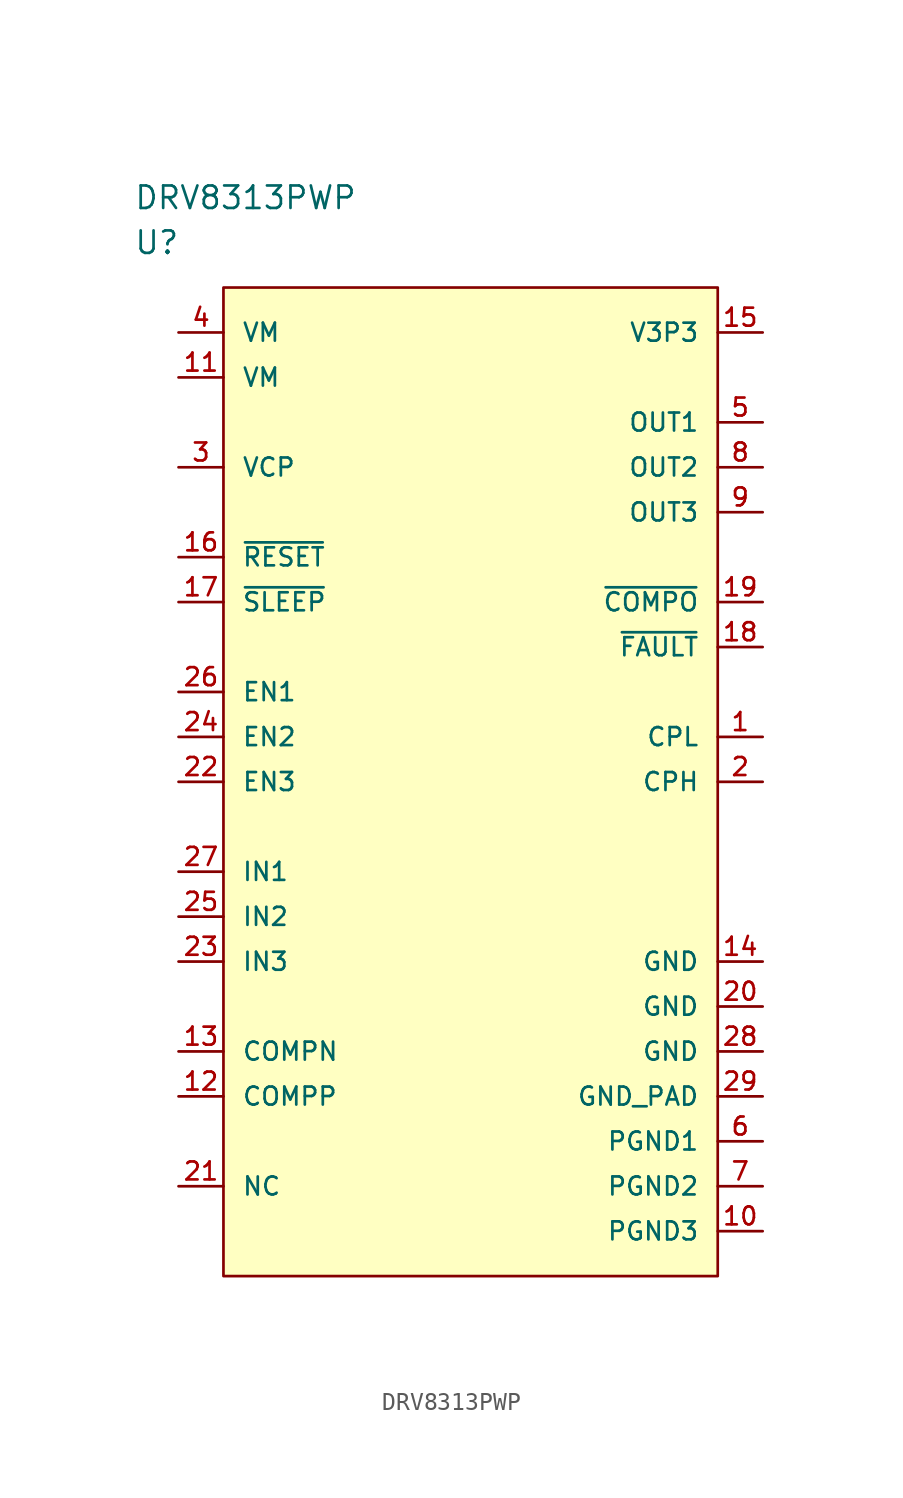
<source format=kicad_sym>
(kicad_symbol_lib
  (version 20220914)
  (generator kicad_symbol_editor)
  (symbol "DRV8313PWP"
    (pin_names
      (offset 1.016))
    (property "Reference" "U"
      (at 0 5.08 0)
      (effects (font (size 1.27 1.27)) (justify left)))
    (property "Value" "DRV8313PWP"
      (at 0 7.62 0)
      (effects (font (size 1.27 1.27)) (justify left)))
    (property "ki_locked" ""
      (at 0 0 0)
      (effects (font (size 1.27 1.27))))
    (symbol "DRV8313PWP_1_1"
      (rectangle (start 5.08 2.54) (end 33.02 -53.34) (stroke (width 0) (type solid)) (fill (type background)))
      (pin unspecified line (at 35.56 -22.86 180) (length 2.54) (name "CPL" (effects (font (size 1.016 1.016)))) (number "1" (effects (font (size 1.016 1.016)))))
      (pin unspecified line (at 35.56 -50.8 180) (length 2.54) (name "PGND3" (effects (font (size 1.016 1.016)))) (number "10" (effects (font (size 1.016 1.016)))))
      (pin unspecified line (at 2.54 -2.54 0) (length 2.54) (name "VM" (effects (font (size 1.016 1.016)))) (number "11" (effects (font (size 1.016 1.016)))))
      (pin unspecified line (at 2.54 -43.18 0) (length 2.54) (name "COMPP" (effects (font (size 1.016 1.016)))) (number "12" (effects (font (size 1.016 1.016)))))
      (pin unspecified line (at 2.54 -40.64 0) (length 2.54) (name "COMPN" (effects (font (size 1.016 1.016)))) (number "13" (effects (font (size 1.016 1.016)))))
      (pin unspecified line (at 35.56 -35.56 180) (length 2.54) (name "GND" (effects (font (size 1.016 1.016)))) (number "14" (effects (font (size 1.016 1.016)))))
      (pin unspecified line (at 35.56 0 180) (length 2.54) (name "V3P3" (effects (font (size 1.016 1.016)))) (number "15" (effects (font (size 1.016 1.016)))))
      (pin unspecified line (at 2.54 -12.7 0) (length 2.54) (name "~{RESET}" (effects (font (size 1.016 1.016)))) (number "16" (effects (font (size 1.016 1.016)))))
      (pin unspecified line (at 2.54 -15.24 0) (length 2.54) (name "~{SLEEP}" (effects (font (size 1.016 1.016)))) (number "17" (effects (font (size 1.016 1.016)))))
      (pin unspecified line (at 35.56 -17.78 180) (length 2.54) (name "~{FAULT}" (effects (font (size 1.016 1.016)))) (number "18" (effects (font (size 1.016 1.016)))))
      (pin unspecified line (at 35.56 -15.24 180) (length 2.54) (name "~{COMPO}" (effects (font (size 1.016 1.016)))) (number "19" (effects (font (size 1.016 1.016)))))
      (pin unspecified line (at 35.56 -25.4 180) (length 2.54) (name "CPH" (effects (font (size 1.016 1.016)))) (number "2" (effects (font (size 1.016 1.016)))))
      (pin unspecified line (at 35.56 -38.1 180) (length 2.54) (name "GND" (effects (font (size 1.016 1.016)))) (number "20" (effects (font (size 1.016 1.016)))))
      (pin unspecified line (at 2.54 -48.26 0) (length 2.54) (name "NC" (effects (font (size 1.016 1.016)))) (number "21" (effects (font (size 1.016 1.016)))))
      (pin unspecified line (at 2.54 -25.4 0) (length 2.54) (name "EN3" (effects (font (size 1.016 1.016)))) (number "22" (effects (font (size 1.016 1.016)))))
      (pin unspecified line (at 2.54 -35.56 0) (length 2.54) (name "IN3" (effects (font (size 1.016 1.016)))) (number "23" (effects (font (size 1.016 1.016)))))
      (pin unspecified line (at 2.54 -22.86 0) (length 2.54) (name "EN2" (effects (font (size 1.016 1.016)))) (number "24" (effects (font (size 1.016 1.016)))))
      (pin unspecified line (at 2.54 -33.02 0) (length 2.54) (name "IN2" (effects (font (size 1.016 1.016)))) (number "25" (effects (font (size 1.016 1.016)))))
      (pin unspecified line (at 2.54 -20.32 0) (length 2.54) (name "EN1" (effects (font (size 1.016 1.016)))) (number "26" (effects (font (size 1.016 1.016)))))
      (pin unspecified line (at 2.54 -30.48 0) (length 2.54) (name "IN1" (effects (font (size 1.016 1.016)))) (number "27" (effects (font (size 1.016 1.016)))))
      (pin unspecified line (at 35.56 -40.64 180) (length 2.54) (name "GND" (effects (font (size 1.016 1.016)))) (number "28" (effects (font (size 1.016 1.016)))))
      (pin unspecified line (at 35.56 -43.18 180) (length 2.54) (name "GND_PAD" (effects (font (size 1.016 1.016)))) (number "29" (effects (font (size 1.016 1.016)))))
      (pin unspecified line (at 2.54 -7.62 0) (length 2.54) (name "VCP" (effects (font (size 1.016 1.016)))) (number "3" (effects (font (size 1.016 1.016)))))
      (pin unspecified line (at 2.54 0 0) (length 2.54) (name "VM" (effects (font (size 1.016 1.016)))) (number "4" (effects (font (size 1.016 1.016)))))
      (pin unspecified line (at 35.56 -5.08 180) (length 2.54) (name "OUT1" (effects (font (size 1.016 1.016)))) (number "5" (effects (font (size 1.016 1.016)))))
      (pin unspecified line (at 35.56 -45.72 180) (length 2.54) (name "PGND1" (effects (font (size 1.016 1.016)))) (number "6" (effects (font (size 1.016 1.016)))))
      (pin unspecified line (at 35.56 -48.26 180) (length 2.54) (name "PGND2" (effects (font (size 1.016 1.016)))) (number "7" (effects (font (size 1.016 1.016)))))
      (pin unspecified line (at 35.56 -7.62 180) (length 2.54) (name "OUT2" (effects (font (size 1.016 1.016)))) (number "8" (effects (font (size 1.016 1.016)))))
      (pin unspecified line (at 35.56 -10.16 180) (length 2.54) (name "OUT3" (effects (font (size 1.016 1.016)))) (number "9" (effects (font (size 1.016 1.016))))))))
</source>
